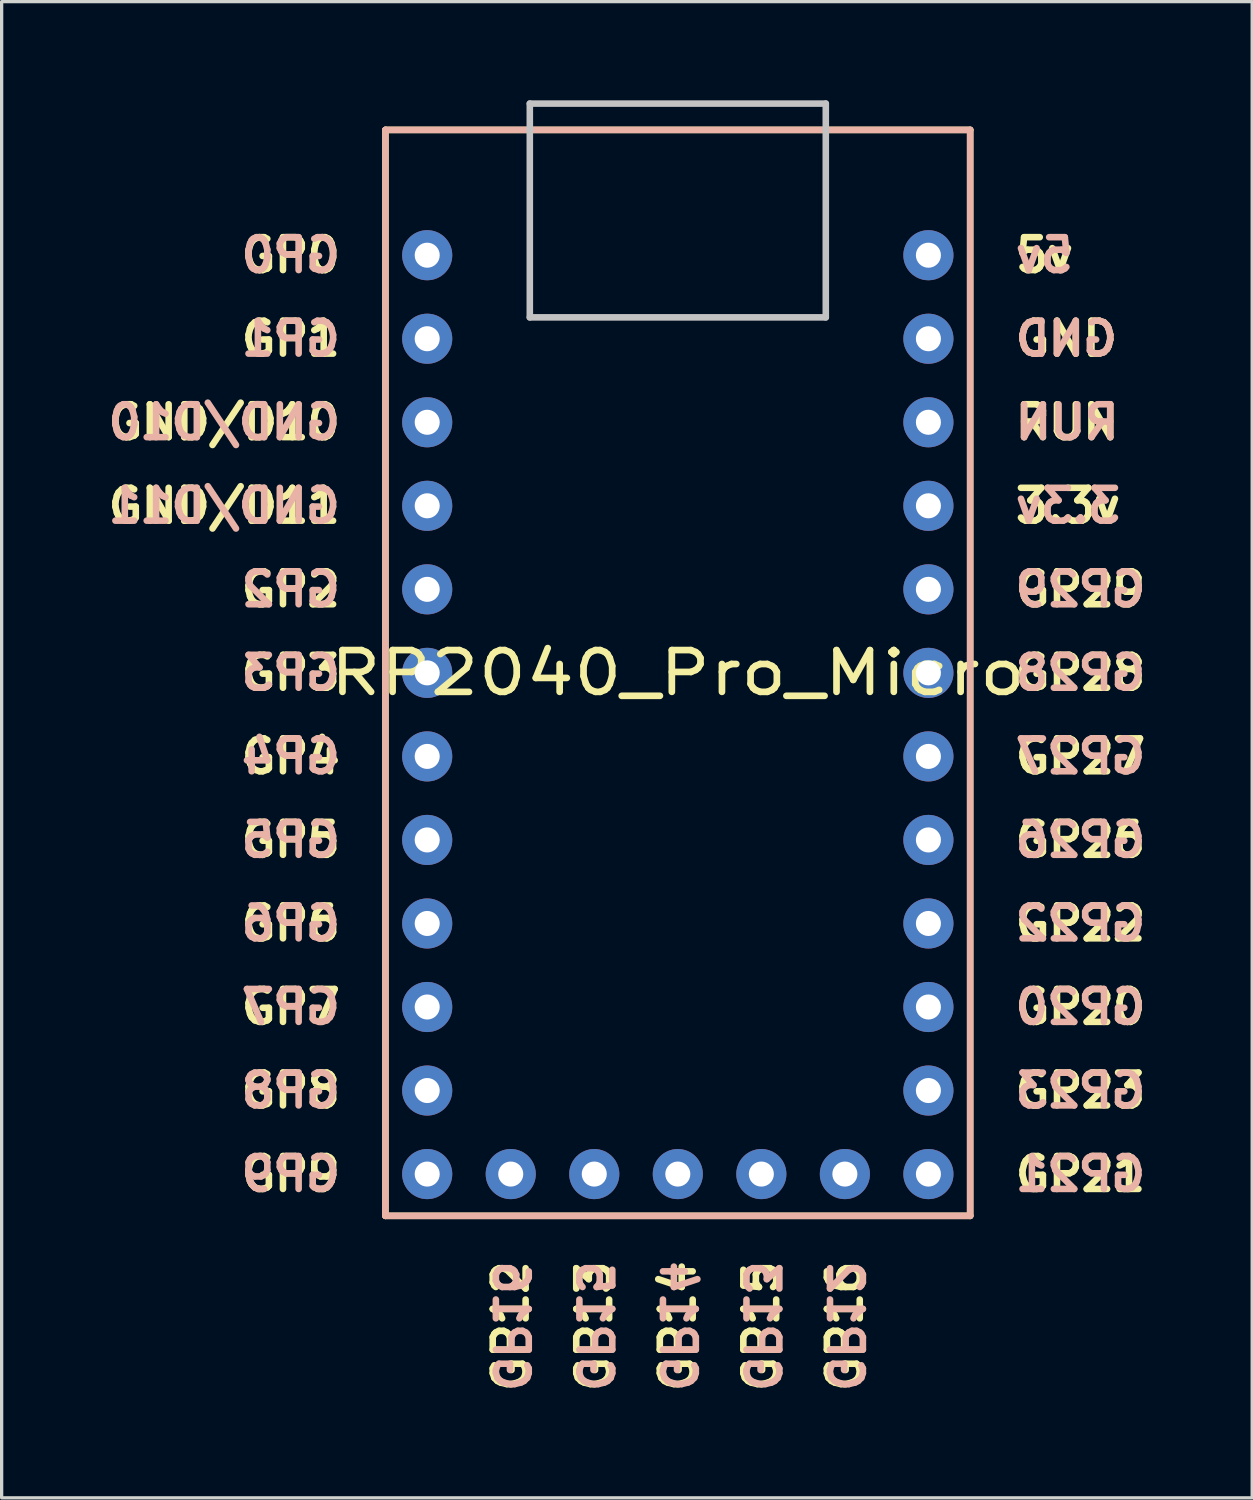
<source format=kicad_pcb>
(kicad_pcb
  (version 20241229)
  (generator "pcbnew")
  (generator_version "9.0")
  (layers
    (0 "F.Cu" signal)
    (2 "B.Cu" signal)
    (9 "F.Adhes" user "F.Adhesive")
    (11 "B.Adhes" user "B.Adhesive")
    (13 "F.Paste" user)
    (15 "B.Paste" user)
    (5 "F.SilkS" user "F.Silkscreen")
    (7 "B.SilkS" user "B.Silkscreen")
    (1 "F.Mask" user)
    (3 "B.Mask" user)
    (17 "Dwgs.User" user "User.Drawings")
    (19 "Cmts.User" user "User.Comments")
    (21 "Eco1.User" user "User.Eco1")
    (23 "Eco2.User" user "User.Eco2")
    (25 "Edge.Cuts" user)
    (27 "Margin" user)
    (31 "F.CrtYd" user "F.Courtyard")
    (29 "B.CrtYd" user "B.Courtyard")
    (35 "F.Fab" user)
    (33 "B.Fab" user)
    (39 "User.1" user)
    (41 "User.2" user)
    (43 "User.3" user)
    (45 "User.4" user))
  (footprint "RP2040_Pro_Micro"
    (layer "F.Cu")
    (at 17.56 18.68)
    (property "Reference" "RP2040_Pro_Micro" (at 0 -1.27 0) (layer "F.SilkS") (effects (font (size 1.27 1.524) (thickness 0.203))))
    (attr through_hole)
    (fp_line (start -8.89 -17.78) (end -8.89 15.24) (stroke (width 0.2) (type solid)) (layer "F.SilkS"))
    (fp_line (start -8.89 15.24) (end 8.89 15.24) (stroke (width 0.2) (type solid)) (layer "F.SilkS"))
    (fp_line (start 8.89 -17.78) (end -8.89 -17.78) (stroke (width 0.2) (type solid)) (layer "F.SilkS"))
    (fp_line (start 8.89 15.24) (end 8.89 -17.78) (stroke (width 0.2) (type solid)) (layer "F.SilkS"))
    (fp_line (start -8.89 -17.78) (end -8.89 15.24) (stroke (width 0.2) (type solid)) (layer "B.SilkS"))
    (fp_line (start -8.89 15.24) (end 8.89 15.24) (stroke (width 0.2) (type solid)) (layer "B.SilkS"))
    (fp_line (start 8.89 -17.78) (end -8.89 -17.78) (stroke (width 0.2) (type solid)) (layer "B.SilkS"))
    (fp_line (start 8.89 15.24) (end 8.89 -17.78) (stroke (width 0.2) (type solid)) (layer "B.SilkS"))
    (fp_line (start -4.5 -18.58) (end -4.5 -12.08) (stroke (width 0.2) (type default)) (layer "Dwgs.User"))
    (fp_line (start -4.5 -18.58) (end 4.5 -18.58) (stroke (width 0.2) (type default)) (layer "Dwgs.User"))
    (fp_line (start -4.5 -12.08) (end 4.5 -12.08) (stroke (width 0.2) (type default)) (layer "Dwgs.User"))
    (fp_line (start 4.5 -18.58) (end 4.5 -12.08) (stroke (width 0.2) (type default)) (layer "Dwgs.User"))
    (fp_text user "GP1" (at -10.16 -11.43 0) (unlocked yes) (layer "F.SilkS") (effects (font (size 1 1) (thickness 0.2) (bold yes)) (justify right)))
    (fp_text user "GP13" (at -2.54 16.51 90) (unlocked yes) (layer "F.SilkS") (effects (font (size 1 1) (thickness 0.2) (bold yes)) (justify right)))
    (fp_text user "GP28" (at 10.16 -1.27 0) (unlocked yes) (layer "F.SilkS") (effects (font (size 1 1) (thickness 0.2) (bold yes)) (justify left)))
    (fp_text user "GP6" (at -10.16 6.35 0) (unlocked yes) (layer "F.SilkS") (effects (font (size 1 1) (thickness 0.2) (bold yes)) (justify right)))
    (fp_text user "GP4" (at -10.16 1.27 0) (unlocked yes) (layer "F.SilkS") (effects (font (size 1 1) (thickness 0.2) (bold yes)) (justify right)))
    (fp_text user "GP22" (at 10.16 6.35 0) (unlocked yes) (layer "F.SilkS") (effects (font (size 1 1) (thickness 0.2) (bold yes)) (justify left)))
    (fp_text user "5v" (at 10.16 -13.97 0) (unlocked yes) (layer "F.SilkS") (effects (font (size 1 1) (thickness 0.2) (bold yes)) (justify left)))
    (fp_text user "3.3v" (at 10.16 -6.35 0) (unlocked yes) (layer "F.SilkS") (effects (font (size 1 1) (thickness 0.2) (bold yes)) (justify left)))
    (fp_text user "GP21" (at 10.16 13.97 0) (unlocked yes) (layer "F.SilkS") (effects (font (size 1 1) (thickness 0.2) (bold yes)) (justify left)))
    (fp_text user "GP14" (at 0 16.51 90) (unlocked yes) (layer "F.SilkS") (effects (font (size 1 1) (thickness 0.2) (bold yes)) (justify right)))
    (fp_text user "GP0" (at -10.16 -13.97 0) (unlocked yes) (layer "F.SilkS") (effects (font (size 1 1) (thickness 0.2) (bold yes)) (justify right)))
    (fp_text user "GP23" (at 10.16 11.43 0) (unlocked yes) (layer "F.SilkS") (effects (font (size 1 1) (thickness 0.2) (bold yes)) (justify left)))
    (fp_text user "GP12" (at -5.08 16.51 90) (unlocked yes) (layer "F.SilkS") (effects (font (size 1 1) (thickness 0.2) (bold yes)) (justify right)))
    (fp_text user "GP29" (at 10.16 -3.81 0) (unlocked yes) (layer "F.SilkS") (effects (font (size 1 1) (thickness 0.2) (bold yes)) (justify left)))
    (fp_text user "GND" (at 10.16 -11.43 0) (unlocked yes) (layer "F.SilkS") (effects (font (size 1 1) (thickness 0.2) (bold yes)) (justify left)))
    (fp_text user "GP26" (at 10.16 3.81 0) (unlocked yes) (layer "F.SilkS") (effects (font (size 1 1) (thickness 0.2) (bold yes)) (justify left)))
    (fp_text user "GP8" (at -10.16 11.43 0) (unlocked yes) (layer "F.SilkS") (effects (font (size 1 1) (thickness 0.2) (bold yes)) (justify right)))
    (fp_text user "GP2" (at -10.16 -3.81 0) (unlocked yes) (layer "F.SilkS") (effects (font (size 1 1) (thickness 0.2) (bold yes)) (justify right)))
    (fp_text user "GND/D10" (at -10.16 -8.89 0) (unlocked yes) (layer "F.SilkS") (effects (font (size 1 1) (thickness 0.2) (bold yes)) (justify right)))
    (fp_text user "GP20" (at 10.16 8.89 0) (unlocked yes) (layer "F.SilkS") (effects (font (size 1 1) (thickness 0.2) (bold yes)) (justify left)))
    (fp_text user "GP7" (at -10.16 8.89 0) (unlocked yes) (layer "F.SilkS") (effects (font (size 1 1) (thickness 0.2) (bold yes)) (justify right)))
    (fp_text user "GND/D11" (at -10.16 -6.35 0) (unlocked yes) (layer "F.SilkS") (effects (font (size 1 1) (thickness 0.2) (bold yes)) (justify right)))
    (fp_text user "GP3" (at -10.16 -1.27 0) (unlocked yes) (layer "F.SilkS") (effects (font (size 1 1) (thickness 0.2) (bold yes)) (justify right)))
    (fp_text user "GP9" (at -10.16 13.97 0) (unlocked yes) (layer "F.SilkS") (effects (font (size 1 1) (thickness 0.2) (bold yes)) (justify right)))
    (fp_text user "RUN" (at 10.16 -8.89 0) (unlocked yes) (layer "F.SilkS") (effects (font (size 1 1) (thickness 0.2) (bold yes)) (justify left)))
    (fp_text user "GP27" (at 10.16 1.27 0) (unlocked yes) (layer "F.SilkS") (effects (font (size 1 1) (thickness 0.2) (bold yes)) (justify left)))
    (fp_text user "GP5" (at -10.16 3.81 0) (unlocked yes) (layer "F.SilkS") (effects (font (size 1 1) (thickness 0.2) (bold yes)) (justify right)))
    (fp_text user "GP15" (at 2.54 16.51 90) (unlocked yes) (layer "F.SilkS") (effects (font (size 1 1) (thickness 0.2) (bold yes)) (justify right)))
    (fp_text user "GP16" (at 5.08 16.51 90) (unlocked yes) (layer "F.SilkS") (effects (font (size 1 1) (thickness 0.2) (bold yes)) (justify right)))
    (fp_text user "GP7" (at -10.16 8.89 0) (unlocked yes) (layer "B.SilkS") (effects (font (size 1 1) (thickness 0.2) (bold yes)) (justify left mirror)))
    (fp_text user "GND/D11" (at -10.16 -6.35 0) (unlocked yes) (layer "B.SilkS") (effects (font (size 1 1) (thickness 0.2) (bold yes)) (justify left mirror)))
    (fp_text user "GP2" (at -10.16 -3.81 0) (unlocked yes) (layer "B.SilkS") (effects (font (size 1 1) (thickness 0.2) (bold yes)) (justify left mirror)))
    (fp_text user "GP26" (at 10.16 3.81 0) (unlocked yes) (layer "B.SilkS") (effects (font (size 1 1) (thickness 0.2) (bold yes)) (justify right mirror)))
    (fp_text user "GP21" (at 10.16 13.97 0) (unlocked yes) (layer "B.SilkS") (effects (font (size 1 1) (thickness 0.2) (bold yes)) (justify right mirror)))
    (fp_text user "GP13" (at 2.54 16.51 270) (unlocked yes) (layer "B.SilkS") (effects (font (size 1 1) (thickness 0.2) (bold yes)) (justify right mirror)))
    (fp_text user "GP28" (at 10.16 -1.27 0) (unlocked yes) (layer "B.SilkS") (effects (font (size 1 1) (thickness 0.2) (bold yes)) (justify right mirror)))
    (fp_text user "GP16" (at -5.08 16.51 270) (unlocked yes) (layer "B.SilkS") (effects (font (size 1 1) (thickness 0.2) (bold yes)) (justify right mirror)))
    (fp_text user "GP27" (at 10.16 1.27 0) (unlocked yes) (layer "B.SilkS") (effects (font (size 1 1) (thickness 0.2) (bold yes)) (justify right mirror)))
    (fp_text user "GP9" (at -10.16 13.97 0) (unlocked yes) (layer "B.SilkS") (effects (font (size 1 1) (thickness 0.2) (bold yes)) (justify left mirror)))
    (fp_text user "GP12" (at 5.08 16.51 270) (unlocked yes) (layer "B.SilkS") (effects (font (size 1 1) (thickness 0.2) (bold yes)) (justify right mirror)))
    (fp_text user "GP14" (at 0 16.51 270) (unlocked yes) (layer "B.SilkS") (effects (font (size 1 1) (thickness 0.2) (bold yes)) (justify right mirror)))
    (fp_text user "GND" (at 10.16 -11.43 0) (unlocked yes) (layer "B.SilkS") (effects (font (size 1 1) (thickness 0.2) (bold yes)) (justify right mirror)))
    (fp_text user "GP8" (at -10.16 11.43 0) (unlocked yes) (layer "B.SilkS") (effects (font (size 1 1) (thickness 0.2) (bold yes)) (justify left mirror)))
    (fp_text user "GP0" (at -10.16 -13.97 0) (unlocked yes) (layer "B.SilkS") (effects (font (size 1 1) (thickness 0.2) (bold yes)) (justify left mirror)))
    (fp_text user "GP22" (at 10.16 6.35 0) (unlocked yes) (layer "B.SilkS") (effects (font (size 1 1) (thickness 0.2) (bold yes)) (justify right mirror)))
    (fp_text user "GP29" (at 10.16 -3.81 0) (unlocked yes) (layer "B.SilkS") (effects (font (size 1 1) (thickness 0.2) (bold yes)) (justify right mirror)))
    (fp_text user "GND/D10" (at -10.16 -8.89 0) (unlocked yes) (layer "B.SilkS") (effects (font (size 1 1) (thickness 0.2) (bold yes)) (justify left mirror)))
    (fp_text user "GP15" (at -2.54 16.51 270) (unlocked yes) (layer "B.SilkS") (effects (font (size 1 1) (thickness 0.2) (bold yes)) (justify right mirror)))
    (fp_text user "GP23" (at 10.16 11.43 0) (unlocked yes) (layer "B.SilkS") (effects (font (size 1 1) (thickness 0.2) (bold yes)) (justify right mirror)))
    (fp_text user "GP3" (at -10.16 -1.27 0) (unlocked yes) (layer "B.SilkS") (effects (font (size 1 1) (thickness 0.2) (bold yes)) (justify left mirror)))
    (fp_text user "GP5" (at -10.16 3.81 0) (unlocked yes) (layer "B.SilkS") (effects (font (size 1 1) (thickness 0.2) (bold yes)) (justify left mirror)))
    (fp_text user "GP4" (at -10.16 1.27 0) (unlocked yes) (layer "B.SilkS") (effects (font (size 1 1) (thickness 0.2) (bold yes)) (justify left mirror)))
    (fp_text user "5v" (at 10.16 -13.97 0) (unlocked yes) (layer "B.SilkS") (effects (font (size 1 1) (thickness 0.2) (bold yes)) (justify right mirror)))
    (fp_text user "GP1" (at -10.16 -11.43 0) (unlocked yes) (layer "B.SilkS") (effects (font (size 1 1) (thickness 0.2) (bold yes)) (justify left mirror)))
    (fp_text user "3.3v" (at 10.16 -6.35 0) (unlocked yes) (layer "B.SilkS") (effects (font (size 1 1) (thickness 0.2) (bold yes)) (justify right mirror)))
    (fp_text user "GP6" (at -10.16 6.35 0) (unlocked yes) (layer "B.SilkS") (effects (font (size 1 1) (thickness 0.2) (bold yes)) (justify left mirror)))
    (fp_text user "RUN" (at 10.16 -8.89 0) (unlocked yes) (layer "B.SilkS") (effects (font (size 1 1) (thickness 0.2) (bold yes)) (justify right mirror)))
    (fp_text user "GP20" (at 10.16 8.89 0) (unlocked yes) (layer "B.SilkS") (effects (font (size 1 1) (thickness 0.2) (bold yes)) (justify right mirror)))
    (pad "2" thru_hole circle (at -7.62 -13.97) (size 1.524 1.524) (drill 0.762) (layers "*.Cu" "*.Mask"))
    (pad "3" thru_hole circle (at -7.62 -11.43) (size 1.524 1.524) (drill 0.762) (layers "*.Cu" "*.Mask"))
    (pad "4" thru_hole circle (at -7.62 -8.89) (size 1.524 1.524) (drill 0.762) (layers "*.Cu" "*.Mask"))
    (pad "5" thru_hole circle (at -7.62 -6.35) (size 1.524 1.524) (drill 0.762) (layers "*.Cu" "*.Mask"))
    (pad "6" thru_hole circle (at -7.62 -3.81) (size 1.524 1.524) (drill 0.762) (layers "*.Cu" "*.Mask"))
    (pad "7" thru_hole circle (at -7.62 -1.27) (size 1.524 1.524) (drill 0.762) (layers "*.Cu" "*.Mask"))
    (pad "8" thru_hole circle (at -7.62 1.27) (size 1.524 1.524) (drill 0.762) (layers "*.Cu" "*.Mask"))
    (pad "9" thru_hole circle (at -7.62 3.81) (size 1.524 1.524) (drill 0.762) (layers "*.Cu" "*.Mask"))
    (pad "10" thru_hole circle (at -7.62 6.35) (size 1.524 1.524) (drill 0.762) (layers "*.Cu" "*.Mask"))
    (pad "11" thru_hole circle (at -7.62 8.89) (size 1.524 1.524) (drill 0.762) (layers "*.Cu" "*.Mask"))
    (pad "12" thru_hole circle (at -7.62 11.43) (size 1.524 1.524) (drill 0.762) (layers "*.Cu" "*.Mask"))
    (pad "13" thru_hole circle (at -7.62 13.97) (size 1.524 1.524) (drill 0.762) (layers "*.Cu" "*.Mask"))
    (pad "14" thru_hole circle (at -5.08 13.97) (size 1.524 1.524) (drill 0.762) (layers "*.Cu" "*.Mask"))
    (pad "15" thru_hole circle (at -2.54 13.97) (size 1.524 1.524) (drill 0.762) (layers "*.Cu" "*.Mask"))
    (pad "16" thru_hole circle (at 0 13.97) (size 1.524 1.524) (drill 0.762) (layers "*.Cu" "*.Mask"))
    (pad "17" thru_hole circle (at 2.54 13.97) (size 1.524 1.524) (drill 0.762) (layers "*.Cu" "*.Mask"))
    (pad "18" thru_hole circle (at 5.08 13.97) (size 1.524 1.524) (drill 0.762) (layers "*.Cu" "*.Mask"))
    (pad "19" thru_hole circle (at 7.62 13.97) (size 1.524 1.524) (drill 0.762) (layers "*.Cu" "*.Mask"))
    (pad "20" thru_hole circle (at 7.62 11.43) (size 1.524 1.524) (drill 0.762) (layers "*.Cu" "*.Mask"))
    (pad "21" thru_hole circle (at 7.62 8.89) (size 1.524 1.524) (drill 0.762) (layers "*.Cu" "*.Mask"))
    (pad "22" thru_hole circle (at 7.62 6.35) (size 1.524 1.524) (drill 0.762) (layers "*.Cu" "*.Mask"))
    (pad "23" thru_hole circle (at 7.62 3.81) (size 1.524 1.524) (drill 0.762) (layers "*.Cu" "*.Mask"))
    (pad "24" thru_hole circle (at 7.62 1.27) (size 1.524 1.524) (drill 0.762) (layers "*.Cu" "*.Mask"))
    (pad "25" thru_hole circle (at 7.62 -1.27) (size 1.524 1.524) (drill 0.762) (layers "*.Cu" "*.Mask"))
    (pad "26" thru_hole circle (at 7.62 -3.81) (size 1.524 1.524) (drill 0.762) (layers "*.Cu" "*.Mask"))
    (pad "27" thru_hole circle (at 7.62 -6.35) (size 1.524 1.524) (drill 0.762) (layers "*.Cu" "*.Mask"))
    (pad "28" thru_hole circle (at 7.62 -8.89) (size 1.524 1.524) (drill 0.762) (layers "*.Cu" "*.Mask"))
    (pad "29" thru_hole circle (at 7.62 -11.43) (size 1.524 1.524) (drill 0.762) (layers "*.Cu" "*.Mask"))
    (pad "30" thru_hole circle (at 7.62 -13.97) (size 1.524 1.524) (drill 0.762) (layers "*.Cu" "*.Mask")))
  (gr_rect
    (start -3 -3)
    (end 35.025 42.495)
    (stroke (width 0.1) (type default))
    (fill no)
    (layer "Edge.Cuts")))
</source>
